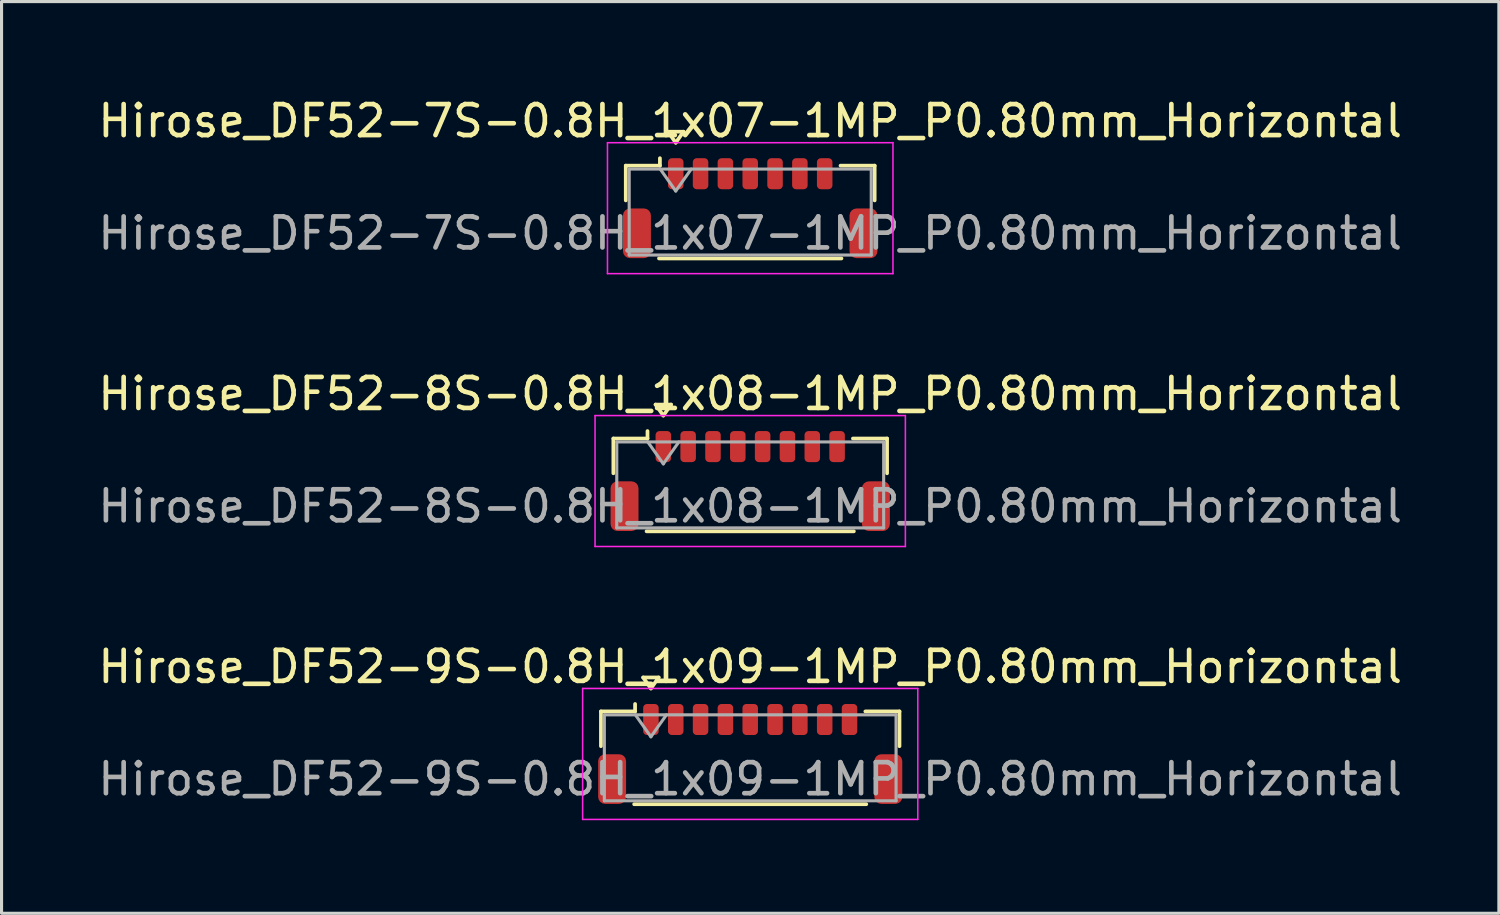
<source format=kicad_pcb>
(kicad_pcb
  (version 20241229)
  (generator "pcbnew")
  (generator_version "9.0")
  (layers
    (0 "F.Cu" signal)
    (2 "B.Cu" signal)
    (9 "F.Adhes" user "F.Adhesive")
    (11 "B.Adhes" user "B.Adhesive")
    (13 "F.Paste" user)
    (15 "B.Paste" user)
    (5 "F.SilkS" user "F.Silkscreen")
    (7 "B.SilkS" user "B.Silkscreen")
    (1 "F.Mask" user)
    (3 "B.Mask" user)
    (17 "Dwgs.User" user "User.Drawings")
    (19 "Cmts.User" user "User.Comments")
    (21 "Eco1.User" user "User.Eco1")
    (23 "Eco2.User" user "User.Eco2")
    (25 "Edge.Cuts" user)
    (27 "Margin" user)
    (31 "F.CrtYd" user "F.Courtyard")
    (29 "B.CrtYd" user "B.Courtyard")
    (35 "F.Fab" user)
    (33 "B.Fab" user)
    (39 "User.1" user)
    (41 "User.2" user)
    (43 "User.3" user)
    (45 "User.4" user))
  (footprint "Hirose_DF52-9S-0.8H_1x09-1MP_P0.80mm_Horizontal"
    (layer "F.Cu")
    (at 21.125 21.245)
    (property "Reference" "Hirose_DF52-9S-0.8H_1x09-1MP_P0.80mm_Horizontal" (at 0 -2.81 0) (layer "F.SilkS") (effects (font (size 1 1) (thickness 0.15))))
    (attr smd)
    (fp_line (start -4.81 -1.37) (end -3.71 -1.37) (stroke (width 0.12) (type solid)) (layer "F.SilkS"))
    (fp_line (start -4.81 -0.25) (end -4.81 -1.37) (stroke (width 0.12) (type solid)) (layer "F.SilkS"))
    (fp_line (start -3.74 1.62) (end 3.74 1.62) (stroke (width 0.12) (type solid)) (layer "F.SilkS"))
    (fp_line (start -3.71 -1.37) (end -3.71 -1.61) (stroke (width 0.12) (type solid)) (layer "F.SilkS"))
    (fp_line (start -3.45 -2.464) (end -3.2 -2.11) (stroke (width 0.12) (type solid)) (layer "F.SilkS"))
    (fp_line (start -3.2 -2.11) (end -2.95 -2.464) (stroke (width 0.12) (type solid)) (layer "F.SilkS"))
    (fp_line (start -2.95 -2.464) (end -3.45 -2.464) (stroke (width 0.12) (type solid)) (layer "F.SilkS"))
    (fp_line (start 4.81 -1.37) (end 3.71 -1.37) (stroke (width 0.12) (type solid)) (layer "F.SilkS"))
    (fp_line (start 4.81 -0.25) (end 4.81 -1.37) (stroke (width 0.12) (type solid)) (layer "F.SilkS"))
    (fp_line (start -5.4 -2.11) (end -5.4 2.11) (stroke (width 0.05) (type solid)) (layer "F.CrtYd"))
    (fp_line (start -5.4 2.11) (end 5.4 2.11) (stroke (width 0.05) (type solid)) (layer "F.CrtYd"))
    (fp_line (start 5.4 -2.11) (end -5.4 -2.11) (stroke (width 0.05) (type solid)) (layer "F.CrtYd"))
    (fp_line (start 5.4 2.11) (end 5.4 -2.11) (stroke (width 0.05) (type solid)) (layer "F.CrtYd"))
    (fp_line (start -4.7 -1.26) (end -4.7 1.51) (stroke (width 0.1) (type solid)) (layer "F.Fab"))
    (fp_line (start -4.7 -1.26) (end 4.7 -1.26) (stroke (width 0.1) (type solid)) (layer "F.Fab"))
    (fp_line (start -4.7 1.51) (end 4.7 1.51) (stroke (width 0.1) (type solid)) (layer "F.Fab"))
    (fp_line (start -3.7 -1.26) (end -3.2 -0.553) (stroke (width 0.1) (type solid)) (layer "F.Fab"))
    (fp_line (start -3.2 -0.553) (end -2.7 -1.26) (stroke (width 0.1) (type solid)) (layer "F.Fab"))
    (fp_line (start 4.7 -1.26) (end 4.7 1.51) (stroke (width 0.1) (type solid)) (layer "F.Fab"))
    (fp_text user "${REFERENCE}" (at 0 0.81 0) (layer "F.Fab") (effects (font (size 1 1) (thickness 0.15))))
    (pad "1" smd roundrect (at -3.2 -1.11) (size 0.5 1) (layers "F.Cu" "F.Mask" "F.Paste") (roundrect_rratio 0.25))
    (pad "2" smd roundrect (at -2.4 -1.11) (size 0.5 1) (layers "F.Cu" "F.Mask" "F.Paste") (roundrect_rratio 0.25))
    (pad "3" smd roundrect (at -1.6 -1.11) (size 0.5 1) (layers "F.Cu" "F.Mask" "F.Paste") (roundrect_rratio 0.25))
    (pad "4" smd roundrect (at -0.8 -1.11) (size 0.5 1) (layers "F.Cu" "F.Mask" "F.Paste") (roundrect_rratio 0.25))
    (pad "5" smd roundrect (at 0 -1.11) (size 0.5 1) (layers "F.Cu" "F.Mask" "F.Paste") (roundrect_rratio 0.25))
    (pad "6" smd roundrect (at 0.8 -1.11) (size 0.5 1) (layers "F.Cu" "F.Mask" "F.Paste") (roundrect_rratio 0.25))
    (pad "7" smd roundrect (at 1.6 -1.11) (size 0.5 1) (layers "F.Cu" "F.Mask" "F.Paste") (roundrect_rratio 0.25))
    (pad "8" smd roundrect (at 2.4 -1.11) (size 0.5 1) (layers "F.Cu" "F.Mask" "F.Paste") (roundrect_rratio 0.25))
    (pad "9" smd roundrect (at 3.2 -1.11) (size 0.5 1) (layers "F.Cu" "F.Mask" "F.Paste") (roundrect_rratio 0.25))
    (pad "MP" smd roundrect (at -4.45 0.81) (size 0.9 1.6) (layers "F.Cu" "F.Mask" "F.Paste") (roundrect_rratio 0.25))
    (pad "MP" smd roundrect (at 4.45 0.81) (size 0.9 1.6) (layers "F.Cu" "F.Mask" "F.Paste") (roundrect_rratio 0.25)))
  (footprint "Hirose_DF52-8S-0.8H_1x08-1MP_P0.80mm_Horizontal"
    (layer "F.Cu")
    (at 21.125 12.451)
    (property "Reference" "Hirose_DF52-8S-0.8H_1x08-1MP_P0.80mm_Horizontal" (at 0 -2.81 0) (layer "F.SilkS") (effects (font (size 1 1) (thickness 0.15))))
    (attr smd)
    (fp_line (start -4.41 -1.37) (end -3.31 -1.37) (stroke (width 0.12) (type solid)) (layer "F.SilkS"))
    (fp_line (start -4.41 -0.25) (end -4.41 -1.37) (stroke (width 0.12) (type solid)) (layer "F.SilkS"))
    (fp_line (start -3.34 1.62) (end 3.34 1.62) (stroke (width 0.12) (type solid)) (layer "F.SilkS"))
    (fp_line (start -3.31 -1.37) (end -3.31 -1.61) (stroke (width 0.12) (type solid)) (layer "F.SilkS"))
    (fp_line (start -3.05 -2.464) (end -2.8 -2.11) (stroke (width 0.12) (type solid)) (layer "F.SilkS"))
    (fp_line (start -2.8 -2.11) (end -2.55 -2.464) (stroke (width 0.12) (type solid)) (layer "F.SilkS"))
    (fp_line (start -2.55 -2.464) (end -3.05 -2.464) (stroke (width 0.12) (type solid)) (layer "F.SilkS"))
    (fp_line (start 4.41 -1.37) (end 3.31 -1.37) (stroke (width 0.12) (type solid)) (layer "F.SilkS"))
    (fp_line (start 4.41 -0.25) (end 4.41 -1.37) (stroke (width 0.12) (type solid)) (layer "F.SilkS"))
    (fp_line (start -5 -2.11) (end -5 2.11) (stroke (width 0.05) (type solid)) (layer "F.CrtYd"))
    (fp_line (start -5 2.11) (end 5 2.11) (stroke (width 0.05) (type solid)) (layer "F.CrtYd"))
    (fp_line (start 5 -2.11) (end -5 -2.11) (stroke (width 0.05) (type solid)) (layer "F.CrtYd"))
    (fp_line (start 5 2.11) (end 5 -2.11) (stroke (width 0.05) (type solid)) (layer "F.CrtYd"))
    (fp_line (start -4.3 -1.26) (end -4.3 1.51) (stroke (width 0.1) (type solid)) (layer "F.Fab"))
    (fp_line (start -4.3 -1.26) (end 4.3 -1.26) (stroke (width 0.1) (type solid)) (layer "F.Fab"))
    (fp_line (start -4.3 1.51) (end 4.3 1.51) (stroke (width 0.1) (type solid)) (layer "F.Fab"))
    (fp_line (start -3.3 -1.26) (end -2.8 -0.553) (stroke (width 0.1) (type solid)) (layer "F.Fab"))
    (fp_line (start -2.8 -0.553) (end -2.3 -1.26) (stroke (width 0.1) (type solid)) (layer "F.Fab"))
    (fp_line (start 4.3 -1.26) (end 4.3 1.51) (stroke (width 0.1) (type solid)) (layer "F.Fab"))
    (fp_text user "${REFERENCE}" (at 0 0.81 0) (layer "F.Fab") (effects (font (size 1 1) (thickness 0.15))))
    (pad "1" smd roundrect (at -2.8 -1.11) (size 0.5 1) (layers "F.Cu" "F.Mask" "F.Paste") (roundrect_rratio 0.25))
    (pad "2" smd roundrect (at -2 -1.11) (size 0.5 1) (layers "F.Cu" "F.Mask" "F.Paste") (roundrect_rratio 0.25))
    (pad "3" smd roundrect (at -1.2 -1.11) (size 0.5 1) (layers "F.Cu" "F.Mask" "F.Paste") (roundrect_rratio 0.25))
    (pad "4" smd roundrect (at -0.4 -1.11) (size 0.5 1) (layers "F.Cu" "F.Mask" "F.Paste") (roundrect_rratio 0.25))
    (pad "5" smd roundrect (at 0.4 -1.11) (size 0.5 1) (layers "F.Cu" "F.Mask" "F.Paste") (roundrect_rratio 0.25))
    (pad "6" smd roundrect (at 1.2 -1.11) (size 0.5 1) (layers "F.Cu" "F.Mask" "F.Paste") (roundrect_rratio 0.25))
    (pad "7" smd roundrect (at 2 -1.11) (size 0.5 1) (layers "F.Cu" "F.Mask" "F.Paste") (roundrect_rratio 0.25))
    (pad "8" smd roundrect (at 2.8 -1.11) (size 0.5 1) (layers "F.Cu" "F.Mask" "F.Paste") (roundrect_rratio 0.25))
    (pad "MP" smd roundrect (at -4.05 0.81) (size 0.9 1.6) (layers "F.Cu" "F.Mask" "F.Paste") (roundrect_rratio 0.25))
    (pad "MP" smd roundrect (at 4.05 0.81) (size 0.9 1.6) (layers "F.Cu" "F.Mask" "F.Paste") (roundrect_rratio 0.25)))
  (footprint "Hirose_DF52-7S-0.8H_1x07-1MP_P0.80mm_Horizontal"
    (layer "F.Cu")
    (at 21.125 3.658)
    (property "Reference" "Hirose_DF52-7S-0.8H_1x07-1MP_P0.80mm_Horizontal" (at 0 -2.81 0) (layer "F.SilkS") (effects (font (size 1 1) (thickness 0.15))))
    (attr smd)
    (fp_line (start -4.01 -1.37) (end -2.91 -1.37) (stroke (width 0.12) (type solid)) (layer "F.SilkS"))
    (fp_line (start -4.01 -0.25) (end -4.01 -1.37) (stroke (width 0.12) (type solid)) (layer "F.SilkS"))
    (fp_line (start -2.94 1.62) (end 2.94 1.62) (stroke (width 0.12) (type solid)) (layer "F.SilkS"))
    (fp_line (start -2.91 -1.37) (end -2.91 -1.61) (stroke (width 0.12) (type solid)) (layer "F.SilkS"))
    (fp_line (start -2.65 -2.464) (end -2.4 -2.11) (stroke (width 0.12) (type solid)) (layer "F.SilkS"))
    (fp_line (start -2.4 -2.11) (end -2.15 -2.464) (stroke (width 0.12) (type solid)) (layer "F.SilkS"))
    (fp_line (start -2.15 -2.464) (end -2.65 -2.464) (stroke (width 0.12) (type solid)) (layer "F.SilkS"))
    (fp_line (start 4.01 -1.37) (end 2.91 -1.37) (stroke (width 0.12) (type solid)) (layer "F.SilkS"))
    (fp_line (start 4.01 -0.25) (end 4.01 -1.37) (stroke (width 0.12) (type solid)) (layer "F.SilkS"))
    (fp_line (start -4.6 -2.11) (end -4.6 2.11) (stroke (width 0.05) (type solid)) (layer "F.CrtYd"))
    (fp_line (start -4.6 2.11) (end 4.6 2.11) (stroke (width 0.05) (type solid)) (layer "F.CrtYd"))
    (fp_line (start 4.6 -2.11) (end -4.6 -2.11) (stroke (width 0.05) (type solid)) (layer "F.CrtYd"))
    (fp_line (start 4.6 2.11) (end 4.6 -2.11) (stroke (width 0.05) (type solid)) (layer "F.CrtYd"))
    (fp_line (start -3.9 -1.26) (end -3.9 1.51) (stroke (width 0.1) (type solid)) (layer "F.Fab"))
    (fp_line (start -3.9 -1.26) (end 3.9 -1.26) (stroke (width 0.1) (type solid)) (layer "F.Fab"))
    (fp_line (start -3.9 1.51) (end 3.9 1.51) (stroke (width 0.1) (type solid)) (layer "F.Fab"))
    (fp_line (start -2.9 -1.26) (end -2.4 -0.553) (stroke (width 0.1) (type solid)) (layer "F.Fab"))
    (fp_line (start -2.4 -0.553) (end -1.9 -1.26) (stroke (width 0.1) (type solid)) (layer "F.Fab"))
    (fp_line (start 3.9 -1.26) (end 3.9 1.51) (stroke (width 0.1) (type solid)) (layer "F.Fab"))
    (fp_text user "${REFERENCE}" (at 0 0.81 0) (layer "F.Fab") (effects (font (size 1 1) (thickness 0.15))))
    (pad "1" smd roundrect (at -2.4 -1.11) (size 0.5 1) (layers "F.Cu" "F.Mask" "F.Paste") (roundrect_rratio 0.25))
    (pad "2" smd roundrect (at -1.6 -1.11) (size 0.5 1) (layers "F.Cu" "F.Mask" "F.Paste") (roundrect_rratio 0.25))
    (pad "3" smd roundrect (at -0.8 -1.11) (size 0.5 1) (layers "F.Cu" "F.Mask" "F.Paste") (roundrect_rratio 0.25))
    (pad "4" smd roundrect (at 0 -1.11) (size 0.5 1) (layers "F.Cu" "F.Mask" "F.Paste") (roundrect_rratio 0.25))
    (pad "5" smd roundrect (at 0.8 -1.11) (size 0.5 1) (layers "F.Cu" "F.Mask" "F.Paste") (roundrect_rratio 0.25))
    (pad "6" smd roundrect (at 1.6 -1.11) (size 0.5 1) (layers "F.Cu" "F.Mask" "F.Paste") (roundrect_rratio 0.25))
    (pad "7" smd roundrect (at 2.4 -1.11) (size 0.5 1) (layers "F.Cu" "F.Mask" "F.Paste") (roundrect_rratio 0.25))
    (pad "MP" smd roundrect (at -3.65 0.81) (size 0.9 1.6) (layers "F.Cu" "F.Mask" "F.Paste") (roundrect_rratio 0.25))
    (pad "MP" smd roundrect (at 3.65 0.81) (size 0.9 1.6) (layers "F.Cu" "F.Mask" "F.Paste") (roundrect_rratio 0.25)))
  (gr_rect
    (start -3 -3)
    (end 45.25 26.38)
    (stroke (width 0.1) (type default))
    (fill no)
    (layer "Edge.Cuts")))
</source>
